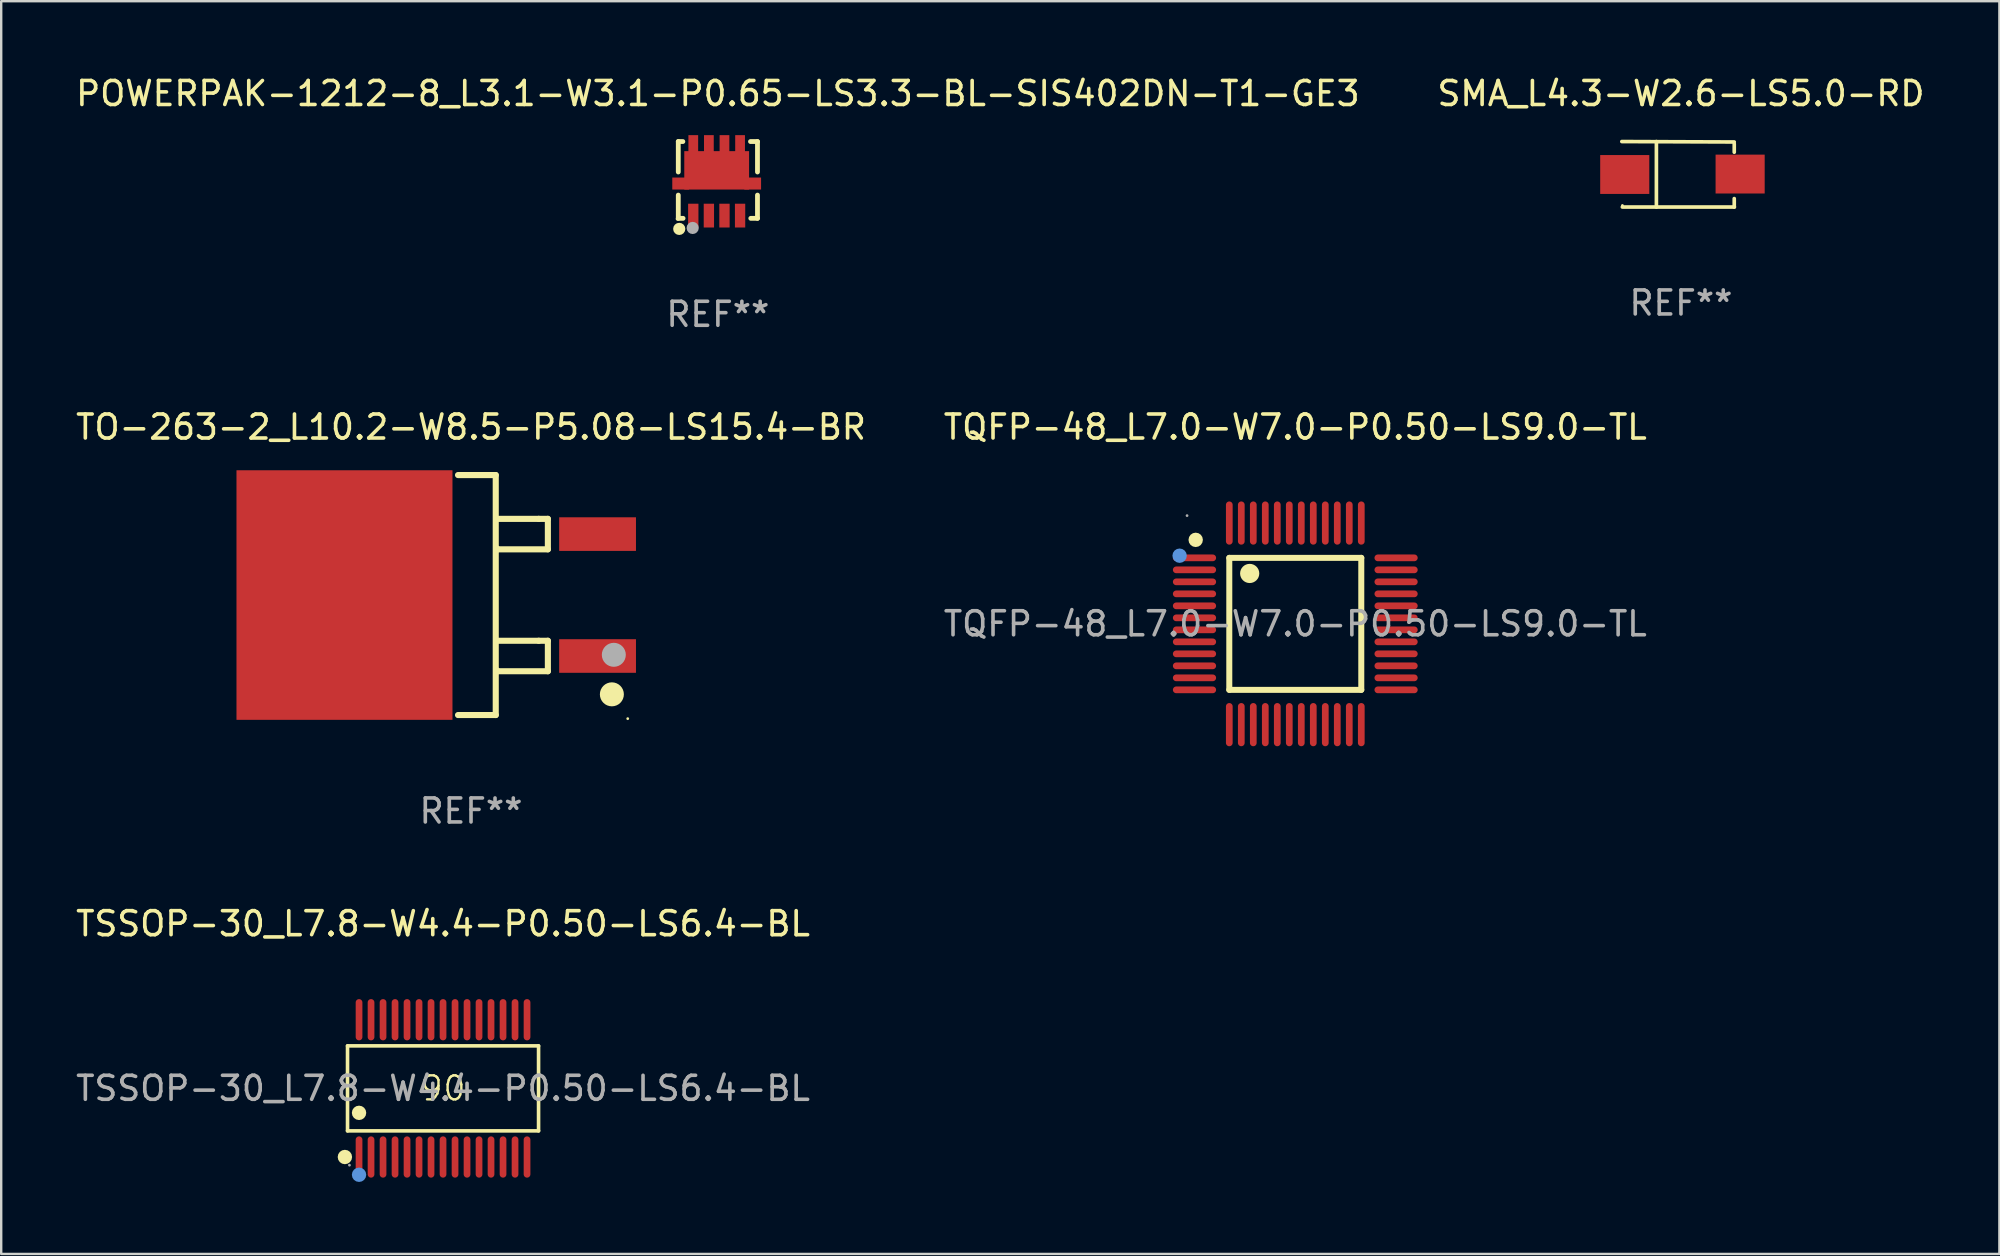
<source format=kicad_pcb>
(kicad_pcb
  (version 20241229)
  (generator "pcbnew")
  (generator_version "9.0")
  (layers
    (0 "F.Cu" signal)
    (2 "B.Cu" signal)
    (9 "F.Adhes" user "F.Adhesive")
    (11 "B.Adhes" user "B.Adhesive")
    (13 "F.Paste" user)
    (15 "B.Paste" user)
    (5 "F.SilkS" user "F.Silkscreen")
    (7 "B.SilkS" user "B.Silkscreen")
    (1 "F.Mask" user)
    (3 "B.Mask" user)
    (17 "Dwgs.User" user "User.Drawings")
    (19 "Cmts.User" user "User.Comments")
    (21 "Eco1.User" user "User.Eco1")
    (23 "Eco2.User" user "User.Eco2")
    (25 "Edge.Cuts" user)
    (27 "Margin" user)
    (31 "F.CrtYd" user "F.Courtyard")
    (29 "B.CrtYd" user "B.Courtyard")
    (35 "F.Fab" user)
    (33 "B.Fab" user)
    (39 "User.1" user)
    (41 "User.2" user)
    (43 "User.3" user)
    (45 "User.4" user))
  (footprint "SMA_L4.3-W2.6-LS5.0-RD"
    (placed yes)
    (layer "F.Cu")
    (at 67.055 4.212)
    (property "Reference" "SMA_L4.3-W2.6-LS5.0-RD" (at -0.061 -3.364 180) (layer "F.SilkS") (effects (font (size 1 1) (thickness 0.15))))
    (attr smd)
    (fp_line (start -2.526 -1.364) (end 2.159 -1.346) (stroke (width 0.152) (type solid)) (layer "F.SilkS"))
    (fp_line (start -2.504 1.364) (end 2.165 1.364) (stroke (width 0.152) (type solid)) (layer "F.SilkS"))
    (fp_line (start -1.085 -1.364) (end -1.085 1.364) (stroke (width 0.152) (type solid)) (layer "F.SilkS"))
    (fp_line (start 2.159 -1.27) (end 2.159 -0.919) (stroke (width 0.152) (type solid)) (layer "F.SilkS"))
    (fp_line (start 2.159 1.364) (end 2.159 1.013) (stroke (width 0.152) (type solid)) (layer "F.SilkS"))
    (fp_circle (center -2.5 1.3) (end -2.47 1.3) (stroke (width 0.06) (type solid)) (fill no) (layer "F.SilkS"))
    (fp_text user "REF**" (at -0.061 5.364 180) (layer "F.Fab") (effects (font (size 1 1) (thickness 0.15))))
    (pad "1" smd rect (at -2.404 0.009) (size 2.046 1.62) (layers "F.Cu" "F.Mask" "F.Paste"))
    (pad "2" smd rect (at 2.404 -0.009 180) (size 2.046 1.62) (layers "F.Cu" "F.Mask" "F.Paste")))
  (footprint "POWERPAK-1212-8_L3.1-W3.1-P0.65-LS3.3-BL-SIS402DN-T1-GE3"
    (placed yes)
    (layer "F.Cu")
    (at 26.813 4.448)
    (property "Reference" "POWERPAK-1212-8_L3.1-W3.1-P0.65-LS3.3-BL-SIS402DN-T1-GE3" (at 0.05 -3.6 180) (layer "F.SilkS") (effects (font (size 1 1) (thickness 0.15))))
    (attr smd)
    (fp_line (start -1.6 -1.6) (end -1.6 -0.331) (stroke (width 0.2) (type solid)) (layer "F.SilkS"))
    (fp_line (start -1.6 -1.6) (end -1.409 -1.6) (stroke (width 0.2) (type solid)) (layer "F.SilkS"))
    (fp_line (start -1.6 0.631) (end -1.6 1.6) (stroke (width 0.2) (type solid)) (layer "F.SilkS"))
    (fp_line (start -1.4 1.6) (end -1.6 1.6) (stroke (width 0.2) (type solid)) (layer "F.SilkS"))
    (fp_line (start 1.409 -1.6) (end 1.7 -1.6) (stroke (width 0.2) (type solid)) (layer "F.SilkS"))
    (fp_line (start 1.7 -1.6) (end 1.7 -0.331) (stroke (width 0.2) (type solid)) (layer "F.SilkS"))
    (fp_line (start 1.7 0.631) (end 1.7 1.6) (stroke (width 0.2) (type solid)) (layer "F.SilkS"))
    (fp_line (start 1.7 1.6) (end 1.421 1.6) (stroke (width 0.2) (type solid)) (layer "F.SilkS"))
    (fp_circle (center -1.65 1.63) (end -1.62 1.63) (stroke (width 0.06) (type solid)) (fill no) (layer "F.SilkS"))
    (fp_circle (center -1.56 2.04) (end -1.433 2.04) (stroke (width 0.254) (type solid)) (fill no) (layer "F.SilkS"))
    (fp_circle (center -1 2) (end -0.873 2) (stroke (width 0.254) (type solid)) (fill no) (layer "F.Fab"))
    (fp_text user "REF**" (at 0.05 5.6 180) (layer "F.Fab") (effects (font (size 1 1) (thickness 0.15))))
    (pad "1" smd rect (at -0.975 1.486) (size 0.43 0.991) (layers "F.Cu" "F.Mask" "F.Paste"))
    (pad "2" smd rect (at -0.325 1.486) (size 0.43 0.991) (layers "F.Cu" "F.Mask" "F.Paste"))
    (pad "3" smd rect (at 0.325 1.486) (size 0.43 0.991) (layers "F.Cu" "F.Mask" "F.Paste"))
    (pad "4" smd rect (at 0.975 1.486) (size 0.43 0.991) (layers "F.Cu" "F.Mask" "F.Paste"))
    (pad "5" smd rect (at 0.975 -1.486) (size 0.406 0.762) (layers "F.Cu" "F.Mask" "F.Paste"))
    (pad "6" smd rect (at 0.325 -1.486) (size 0.406 0.762) (layers "F.Cu" "F.Mask" "F.Paste"))
    (pad "7" smd rect (at -0.325 -1.486) (size 0.406 0.762) (layers "F.Cu" "F.Mask" "F.Paste"))
    (pad "8" smd rect (at -1.5 0.15 180) (size 0.7 0.5) (layers "F.Cu" "F.Mask" "F.Paste"))
    (pad "8" smd rect (at -0.975 -1.486) (size 0.406 0.762) (layers "F.Cu" "F.Mask" "F.Paste"))
    (pad "8" smd rect (at 0.000025 -0.4) (size 2.7 1.6) (layers "F.Cu" "F.Mask" "F.Paste"))
    (pad "8" smd rect (at 1.5 0.15) (size 0.7 0.5) (layers "F.Cu" "F.Mask" "F.Paste")))
  (footprint "TSSOP-30_L7.8-W4.4-P0.50-LS6.4-BL"
    (layer "F.Cu")
    (at 15.411 42.301)
    (property "Reference" "TSSOP-30_L7.8-W4.4-P0.50-LS6.4-BL" (at 0 -6.86 180) (layer "F.SilkS") (effects (font (size 1 1) (thickness 0.15))))
    (property "JLCPCB Rotation Offset" "90" (at 0 0 0) (layer "F.SilkS") (effects (font (size 1 1) (thickness 0.1))))
    (attr smd)
    (fp_line (start -3.98 -1.77) (end 3.98 -1.77) (stroke (width 0.15) (type solid)) (layer "F.SilkS"))
    (fp_line (start -3.98 1.77) (end -3.98 -1.77) (stroke (width 0.15) (type solid)) (layer "F.SilkS"))
    (fp_line (start 3.98 -1.77) (end 3.98 1.77) (stroke (width 0.15) (type solid)) (layer "F.SilkS"))
    (fp_line (start 3.98 1.77) (end -3.98 1.77) (stroke (width 0.15) (type solid)) (layer "F.SilkS"))
    (fp_circle (center -4.09 2.86) (end -3.94 2.86) (stroke (width 0.3) (type solid)) (fill no) (layer "F.SilkS"))
    (fp_circle (center -3.5 1.02) (end -3.35 1.02) (stroke (width 0.3) (type solid)) (fill no) (layer "F.SilkS"))
    (fp_circle (center -3.5 3.6) (end -3.35 3.6) (stroke (width 0.3) (type solid)) (fill no) (layer "Cmts.User"))
    (fp_circle (center -3.9 3.2) (end -3.87 3.2) (stroke (width 0.06) (type solid)) (fill no) (layer "F.Fab"))
    (fp_text user "${REFERENCE}" (at 0 0 180) (layer "F.Fab") (effects (font (size 1 1) (thickness 0.15))))
    (pad "1" smd oval (at -3.5 2.86) (size 0.28 1.72) (layers "F.Cu" "F.Mask" "F.Paste"))
    (pad "2" smd oval (at -3 2.86) (size 0.28 1.72) (layers "F.Cu" "F.Mask" "F.Paste"))
    (pad "3" smd oval (at -2.5 2.86) (size 0.28 1.72) (layers "F.Cu" "F.Mask" "F.Paste"))
    (pad "4" smd oval (at -2 2.86) (size 0.28 1.72) (layers "F.Cu" "F.Mask" "F.Paste"))
    (pad "5" smd oval (at -1.5 2.86) (size 0.28 1.72) (layers "F.Cu" "F.Mask" "F.Paste"))
    (pad "6" smd oval (at -1 2.86) (size 0.28 1.72) (layers "F.Cu" "F.Mask" "F.Paste"))
    (pad "7" smd oval (at -0.5 2.86) (size 0.28 1.72) (layers "F.Cu" "F.Mask" "F.Paste"))
    (pad "8" smd oval (at 0 2.86) (size 0.28 1.72) (layers "F.Cu" "F.Mask" "F.Paste"))
    (pad "9" smd oval (at 0.5 2.86) (size 0.28 1.72) (layers "F.Cu" "F.Mask" "F.Paste"))
    (pad "10" smd oval (at 1 2.86) (size 0.28 1.72) (layers "F.Cu" "F.Mask" "F.Paste"))
    (pad "11" smd oval (at 1.5 2.86) (size 0.28 1.72) (layers "F.Cu" "F.Mask" "F.Paste"))
    (pad "12" smd oval (at 2 2.86) (size 0.28 1.72) (layers "F.Cu" "F.Mask" "F.Paste"))
    (pad "13" smd oval (at 2.5 2.86) (size 0.28 1.72) (layers "F.Cu" "F.Mask" "F.Paste"))
    (pad "14" smd oval (at 3 2.86) (size 0.28 1.72) (layers "F.Cu" "F.Mask" "F.Paste"))
    (pad "15" smd oval (at 3.5 2.86) (size 0.28 1.72) (layers "F.Cu" "F.Mask" "F.Paste"))
    (pad "16" smd oval (at 3.5 -2.86) (size 0.28 1.72) (layers "F.Cu" "F.Mask" "F.Paste"))
    (pad "17" smd oval (at 3 -2.86) (size 0.28 1.72) (layers "F.Cu" "F.Mask" "F.Paste"))
    (pad "18" smd oval (at 2.5 -2.86) (size 0.28 1.72) (layers "F.Cu" "F.Mask" "F.Paste"))
    (pad "19" smd oval (at 2 -2.86) (size 0.28 1.72) (layers "F.Cu" "F.Mask" "F.Paste"))
    (pad "20" smd oval (at 1.5 -2.86) (size 0.28 1.72) (layers "F.Cu" "F.Mask" "F.Paste"))
    (pad "21" smd oval (at 1 -2.86) (size 0.28 1.72) (layers "F.Cu" "F.Mask" "F.Paste"))
    (pad "22" smd oval (at 0.5 -2.86) (size 0.28 1.72) (layers "F.Cu" "F.Mask" "F.Paste"))
    (pad "23" smd oval (at 0 -2.86) (size 0.28 1.72) (layers "F.Cu" "F.Mask" "F.Paste"))
    (pad "24" smd oval (at -0.5 -2.86) (size 0.28 1.72) (layers "F.Cu" "F.Mask" "F.Paste"))
    (pad "25" smd oval (at -1 -2.86) (size 0.28 1.72) (layers "F.Cu" "F.Mask" "F.Paste"))
    (pad "26" smd oval (at -1.5 -2.86) (size 0.28 1.72) (layers "F.Cu" "F.Mask" "F.Paste"))
    (pad "27" smd oval (at -2 -2.86) (size 0.28 1.72) (layers "F.Cu" "F.Mask" "F.Paste"))
    (pad "28" smd oval (at -2.5 -2.86) (size 0.28 1.72) (layers "F.Cu" "F.Mask" "F.Paste"))
    (pad "29" smd oval (at -3 -2.86) (size 0.28 1.72) (layers "F.Cu" "F.Mask" "F.Paste"))
    (pad "30" smd oval (at -3.5 -2.86) (size 0.28 1.72) (layers "F.Cu" "F.Mask" "F.Paste")))
  (footprint "TQFP-48_L7.0-W7.0-P0.50-LS9.0-TL"
    (layer "F.Cu")
    (at 50.923 22.945)
    (property "Reference" "TQFP-48_L7.0-W7.0-P0.50-LS9.0-TL" (at 0 -8.2 0) (layer "F.SilkS") (effects (font (size 1 1) (thickness 0.15))))
    (attr smd)
    (fp_line (start -2.75 -2.75) (end 2.75 -2.75) (stroke (width 0.25) (type solid)) (layer "F.SilkS"))
    (fp_line (start -2.75 2.75) (end -2.75 -2.75) (stroke (width 0.25) (type solid)) (layer "F.SilkS"))
    (fp_line (start 2.75 -2.75) (end 2.75 2.75) (stroke (width 0.25) (type solid)) (layer "F.SilkS"))
    (fp_line (start 2.75 2.75) (end -2.75 2.75) (stroke (width 0.25) (type solid)) (layer "F.SilkS"))
    (fp_arc (start -4.15 -3.5) (mid -4.15 -3.5) (end -4.15 -3.5) (stroke (width 0.3) (type solid)) (layer "F.SilkS"))
    (fp_arc (start -1.9 -2.1) (mid -1.9 -2.1) (end -1.9 -2.1) (stroke (width 0.4) (type solid)) (layer "F.SilkS"))
    (fp_circle (center -4.82 -2.84) (end -4.67 -2.84) (stroke (width 0.3) (type solid)) (fill no) (layer "Cmts.User"))
    (fp_circle (center -4.51 -4.51) (end -4.48 -4.51) (stroke (width 0.06) (type solid)) (fill no) (layer "F.Fab"))
    (fp_text user "${REFERENCE}" (at 0 0 0) (layer "F.Fab") (effects (font (size 1 1) (thickness 0.15))))
    (pad "1" smd oval (at -4.2 -2.75 90) (size 0.28 1.8) (layers "F.Cu" "F.Mask" "F.Paste"))
    (pad "2" smd oval (at -4.2 -2.25 90) (size 0.28 1.8) (layers "F.Cu" "F.Mask" "F.Paste"))
    (pad "3" smd oval (at -4.2 -1.75 90) (size 0.28 1.8) (layers "F.Cu" "F.Mask" "F.Paste"))
    (pad "4" smd oval (at -4.2 -1.25 90) (size 0.28 1.8) (layers "F.Cu" "F.Mask" "F.Paste"))
    (pad "5" smd oval (at -4.2 -0.75 90) (size 0.28 1.8) (layers "F.Cu" "F.Mask" "F.Paste"))
    (pad "6" smd oval (at -4.2 -0.25 90) (size 0.28 1.8) (layers "F.Cu" "F.Mask" "F.Paste"))
    (pad "7" smd oval (at -4.2 0.25 90) (size 0.28 1.8) (layers "F.Cu" "F.Mask" "F.Paste"))
    (pad "8" smd oval (at -4.2 0.75 90) (size 0.28 1.8) (layers "F.Cu" "F.Mask" "F.Paste"))
    (pad "9" smd oval (at -4.2 1.25 90) (size 0.28 1.8) (layers "F.Cu" "F.Mask" "F.Paste"))
    (pad "10" smd oval (at -4.2 1.75 90) (size 0.28 1.8) (layers "F.Cu" "F.Mask" "F.Paste"))
    (pad "11" smd oval (at -4.2 2.25 90) (size 0.28 1.8) (layers "F.Cu" "F.Mask" "F.Paste"))
    (pad "12" smd oval (at -4.2 2.75 90) (size 0.28 1.8) (layers "F.Cu" "F.Mask" "F.Paste"))
    (pad "13" smd oval (at -2.75 4.2) (size 0.28 1.8) (layers "F.Cu" "F.Mask" "F.Paste"))
    (pad "14" smd oval (at -2.25 4.2) (size 0.28 1.8) (layers "F.Cu" "F.Mask" "F.Paste"))
    (pad "15" smd oval (at -1.75 4.2) (size 0.28 1.8) (layers "F.Cu" "F.Mask" "F.Paste"))
    (pad "16" smd oval (at -1.25 4.2) (size 0.28 1.8) (layers "F.Cu" "F.Mask" "F.Paste"))
    (pad "17" smd oval (at -0.75 4.2) (size 0.28 1.8) (layers "F.Cu" "F.Mask" "F.Paste"))
    (pad "18" smd oval (at -0.25 4.2) (size 0.28 1.8) (layers "F.Cu" "F.Mask" "F.Paste"))
    (pad "19" smd oval (at 0.25 4.2) (size 0.28 1.8) (layers "F.Cu" "F.Mask" "F.Paste"))
    (pad "20" smd oval (at 0.75 4.2) (size 0.28 1.8) (layers "F.Cu" "F.Mask" "F.Paste"))
    (pad "21" smd oval (at 1.25 4.2) (size 0.28 1.8) (layers "F.Cu" "F.Mask" "F.Paste"))
    (pad "22" smd oval (at 1.75 4.2) (size 0.28 1.8) (layers "F.Cu" "F.Mask" "F.Paste"))
    (pad "23" smd oval (at 2.25 4.2) (size 0.28 1.8) (layers "F.Cu" "F.Mask" "F.Paste"))
    (pad "24" smd oval (at 2.75 4.2) (size 0.28 1.8) (layers "F.Cu" "F.Mask" "F.Paste"))
    (pad "25" smd oval (at 4.2 2.75 90) (size 0.28 1.8) (layers "F.Cu" "F.Mask" "F.Paste"))
    (pad "26" smd oval (at 4.2 2.25 90) (size 0.28 1.8) (layers "F.Cu" "F.Mask" "F.Paste"))
    (pad "27" smd oval (at 4.2 1.75 90) (size 0.28 1.8) (layers "F.Cu" "F.Mask" "F.Paste"))
    (pad "28" smd oval (at 4.2 1.25 90) (size 0.28 1.8) (layers "F.Cu" "F.Mask" "F.Paste"))
    (pad "29" smd oval (at 4.2 0.75 90) (size 0.28 1.8) (layers "F.Cu" "F.Mask" "F.Paste"))
    (pad "30" smd oval (at 4.2 0.25 90) (size 0.28 1.8) (layers "F.Cu" "F.Mask" "F.Paste"))
    (pad "31" smd oval (at 4.2 -0.25 90) (size 0.28 1.8) (layers "F.Cu" "F.Mask" "F.Paste"))
    (pad "32" smd oval (at 4.2 -0.75 90) (size 0.28 1.8) (layers "F.Cu" "F.Mask" "F.Paste"))
    (pad "33" smd oval (at 4.2 -1.25 90) (size 0.28 1.8) (layers "F.Cu" "F.Mask" "F.Paste"))
    (pad "34" smd oval (at 4.2 -1.75 90) (size 0.28 1.8) (layers "F.Cu" "F.Mask" "F.Paste"))
    (pad "35" smd oval (at 4.2 -2.25 90) (size 0.28 1.8) (layers "F.Cu" "F.Mask" "F.Paste"))
    (pad "36" smd oval (at 4.2 -2.75 90) (size 0.28 1.8) (layers "F.Cu" "F.Mask" "F.Paste"))
    (pad "37" smd oval (at 2.75 -4.2) (size 0.28 1.8) (layers "F.Cu" "F.Mask" "F.Paste"))
    (pad "38" smd oval (at 2.25 -4.2) (size 0.28 1.8) (layers "F.Cu" "F.Mask" "F.Paste"))
    (pad "39" smd oval (at 1.75 -4.2) (size 0.28 1.8) (layers "F.Cu" "F.Mask" "F.Paste"))
    (pad "40" smd oval (at 1.25 -4.2) (size 0.28 1.8) (layers "F.Cu" "F.Mask" "F.Paste"))
    (pad "41" smd oval (at 0.75 -4.2) (size 0.28 1.8) (layers "F.Cu" "F.Mask" "F.Paste"))
    (pad "42" smd oval (at 0.25 -4.2) (size 0.28 1.8) (layers "F.Cu" "F.Mask" "F.Paste"))
    (pad "43" smd oval (at -0.25 -4.2) (size 0.28 1.8) (layers "F.Cu" "F.Mask" "F.Paste"))
    (pad "44" smd oval (at -0.75 -4.2) (size 0.28 1.8) (layers "F.Cu" "F.Mask" "F.Paste"))
    (pad "45" smd oval (at -1.25 -4.2) (size 0.28 1.8) (layers "F.Cu" "F.Mask" "F.Paste"))
    (pad "46" smd oval (at -1.75 -4.2) (size 0.28 1.8) (layers "F.Cu" "F.Mask" "F.Paste"))
    (pad "47" smd oval (at -2.25 -4.2) (size 0.28 1.8) (layers "F.Cu" "F.Mask" "F.Paste"))
    (pad "48" smd oval (at -2.75 -4.2) (size 0.28 1.8) (layers "F.Cu" "F.Mask" "F.Paste")))
  (footprint "TO-263-2_L10.2-W8.5-P5.08-LS15.4-BR"
    (layer "F.Cu")
    (at 16.577 21.745)
    (property "Reference" "TO-263-2_L10.2-W8.5-P5.08-LS15.4-BR" (at 0 -7 0) (layer "F.SilkS") (effects (font (size 1 1) (thickness 0.15))))
    (attr smd)
    (fp_line (start -0.542 5) (end 1.03 5) (stroke (width 0.254) (type solid)) (layer "F.SilkS"))
    (fp_line (start 1.03 -5) (end -0.542 -5) (stroke (width 0.254) (type solid)) (layer "F.SilkS"))
    (fp_line (start 1.03 5) (end 1.03 -5) (stroke (width 0.254) (type solid)) (layer "F.SilkS"))
    (fp_line (start 1.114 -1.905) (end 1.073 -1.947) (stroke (width 0.254) (type solid)) (layer "F.SilkS"))
    (fp_line (start 1.114 3.175) (end 1.073 3.133) (stroke (width 0.254) (type solid)) (layer "F.SilkS"))
    (fp_line (start 2.821 -3.175) (end 1.073 -3.175) (stroke (width 0.254) (type solid)) (layer "F.SilkS"))
    (fp_line (start 2.821 -3.175) (end 3.202 -3.175) (stroke (width 0.254) (type solid)) (layer "F.SilkS"))
    (fp_line (start 2.821 1.905) (end 1.073 1.905) (stroke (width 0.254) (type solid)) (layer "F.SilkS"))
    (fp_line (start 2.821 1.905) (end 3.202 1.905) (stroke (width 0.254) (type solid)) (layer "F.SilkS"))
    (fp_line (start 3.202 -3.175) (end 3.202 -1.905) (stroke (width 0.254) (type solid)) (layer "F.SilkS"))
    (fp_line (start 3.202 -1.905) (end 1.114 -1.905) (stroke (width 0.254) (type solid)) (layer "F.SilkS"))
    (fp_line (start 3.202 1.905) (end 3.202 3.175) (stroke (width 0.254) (type solid)) (layer "F.SilkS"))
    (fp_line (start 3.202 3.175) (end 1.114 3.175) (stroke (width 0.254) (type solid)) (layer "F.SilkS"))
    (fp_circle (center 5.869 4.137) (end 6.119 4.137) (stroke (width 0.5) (type solid)) (fill no) (layer "F.SilkS"))
    (fp_circle (center 6.53 5.15) (end 6.56 5.15) (stroke (width 0.06) (type solid)) (fill no) (layer "F.SilkS"))
    (fp_circle (center 5.95 2.49) (end 6.2 2.49) (stroke (width 0.5) (type solid)) (fill no) (layer "F.Fab"))
    (fp_text user "REF**" (at 0 9 0) (layer "F.Fab") (effects (font (size 1 1) (thickness 0.15))))
    (pad "1" smd rect (at 5.273 2.54 180) (size 3.2 1.4) (layers "F.Cu" "F.Mask" "F.Paste"))
    (pad "2" smd rect (at -5.273 0 180) (size 9 10.4) (layers "F.Cu" "F.Mask" "F.Paste"))
    (pad "3" smd rect (at 5.273 -2.54 180) (size 3.2 1.4) (layers "F.Cu" "F.Mask" "F.Paste")))
  (gr_rect
    (start -3 -3)
    (end 80.262 49.201)
    (stroke (width 0.1) (type default))
    (fill no)
    (layer "Edge.Cuts")))
</source>
